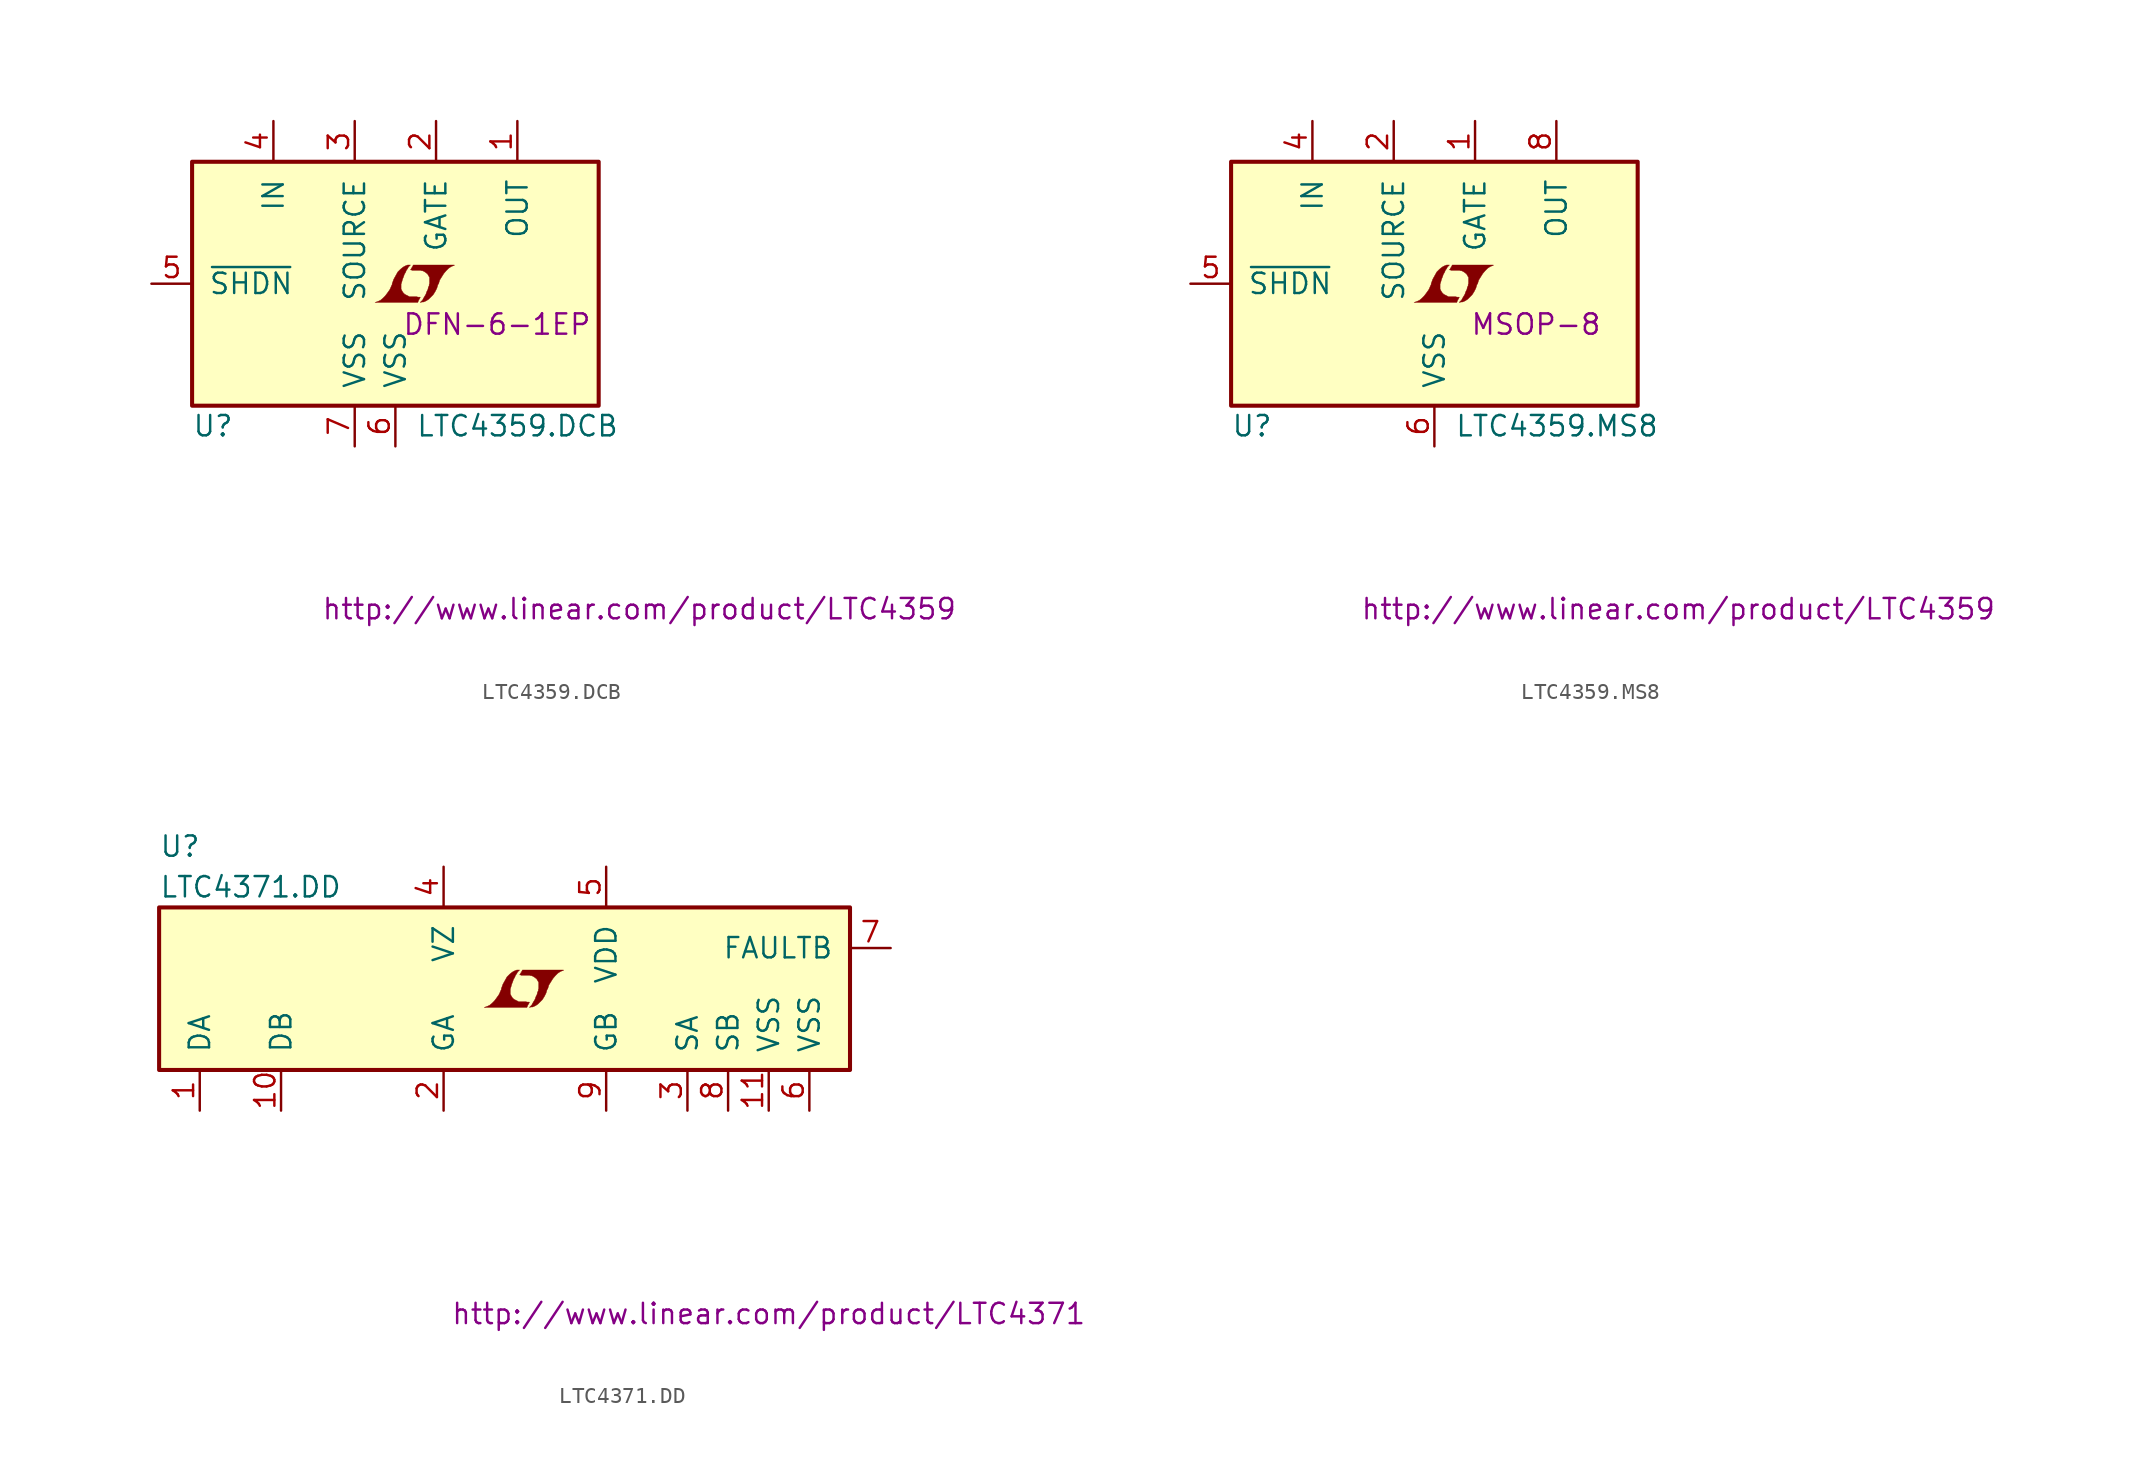
<source format=kicad_sym>
(kicad_symbol_lib
  (version 20201005)
  (generator kicad_symbol_editor)
  (symbol "LTC4359.DCB"
    (pin_names
      (offset 1.016))
    (property "Reference" "U"
      (at -12.7 -8.89 0)
      (effects (font (size 1.27 1.27)) (justify left)))
    (property "Value" "LTC4359.DCB"
      (at 1.27 -8.89 0)
      (effects (font (size 1.27 1.27)) (justify left)))
    (property "Footprint" "DFN-6-1EP"
      (at 6.35 -2.54 0)
      (effects (font (size 1.27 1.27))))
    (property "Datasheet" "http://www.linear.com/product/LTC4359"
      (at 15.24 -20.32 0)
      (effects (font (size 1.27 1.27))))
    (symbol "LTC4359.DCB_0_0"
      (polyline (pts (xy 1.473 -0.991) (xy 1.499 -0.965) (xy 1.549 -0.864) (xy 1.549 -0.838) (xy 1.422 -0.838) (xy 1.321 -0.813) (xy 0.864 -0.813) (xy 0.838 -0.787) (xy 0.584 -0.66) (xy 0.483 -0.559) (xy 0.406 -0.432) (xy 0.356 -0.33) (xy 0.356 -0.025) (xy 0.406 0.127) (xy 0.432 0.229) (xy 0.457 0.305) (xy 0.508 0.432) (xy 0.559 0.584) (xy 0.635 0.711) (xy 0.686 0.838) (xy 0.762 0.94) (xy 0.813 1.041) (xy 0.94 1.168) (xy 0.762 1.168) (xy 0.635 1.118) (xy 0.533 1.067) (xy 0.457 1.016) (xy 0.33 0.914) (xy 0.152 0.737) (xy -0.102 0.279) (xy -0.203 0) (xy -0.203 -0.051) (xy -0.254 -0.152) (xy -0.305 -0.279) (xy -0.356 -0.381) (xy -0.483 -0.559) (xy -0.635 -0.762) (xy -0.787 -0.914) (xy -0.94 -1.041) (xy -1.118 -1.118) (xy -1.27 -1.168) (xy 1.397 -1.168) (xy 1.473 -0.991)) (stroke (width 0.025)) (fill (type outline)))
      (polyline (pts (xy 1.676 -1.143) (xy 1.753 -1.143) (xy 1.93 -1.067) (xy 2.083 -0.965) (xy 2.362 -0.686) (xy 2.489 -0.483) (xy 2.591 -0.279) (xy 2.667 -0.025) (xy 2.692 -0.025) (xy 2.769 0.229) (xy 3.023 0.635) (xy 3.175 0.813) (xy 3.327 0.965) (xy 3.48 1.067) (xy 3.658 1.143) (xy 3.683 1.143) (xy 3.683 1.168) (xy 1.118 1.168) (xy 1.041 1.016) (xy 1.016 0.991) (xy 0.965 0.889) (xy 0.94 0.864) (xy 0.991 0.864) (xy 1.041 0.838) (xy 1.575 0.838) (xy 1.626 0.813) (xy 1.676 0.813) (xy 1.753 0.787) (xy 1.88 0.711) (xy 2.007 0.61) (xy 2.083 0.483) (xy 2.108 0.432) (xy 2.134 0.406) (xy 2.134 0) (xy 2.108 -0.051) (xy 2.108 -0.127) (xy 2.057 -0.229) (xy 2.032 -0.356) (xy 1.956 -0.508) (xy 1.905 -0.66) (xy 1.753 -0.914) (xy 1.702 -1.016) (xy 1.549 -1.168) (xy 1.676 -1.143)) (stroke (width 0.025)) (fill (type outline))))
    (symbol "LTC4359.DCB_0_1"
      (rectangle (start -12.7 7.62) (end 12.7 -7.62) (stroke (width 0.254)) (fill (type background))))
    (symbol "LTC4359.DCB_1_1"
      (pin passive line (at 7.62 10.16 270) (length 2.54) (name "OUT" (effects (font (size 1.27 1.27)))) (number "1" (effects (font (size 1.27 1.27)))))
      (pin passive line (at 2.54 10.16 270) (length 2.54) (name "GATE" (effects (font (size 1.27 1.27)))) (number "2" (effects (font (size 1.27 1.27)))))
      (pin passive line (at -2.54 10.16 270) (length 2.54) (name "SOURCE" (effects (font (size 1.27 1.27)))) (number "3" (effects (font (size 1.27 1.27)))))
      (pin passive line (at -7.62 10.16 270) (length 2.54) (name "IN" (effects (font (size 1.27 1.27)))) (number "4" (effects (font (size 1.27 1.27)))))
      (pin input line (at -15.24 0 0) (length 2.54) (name "~SHDN~" (effects (font (size 1.27 1.27)))) (number "5" (effects (font (size 1.27 1.27)))))
      (pin power_in line (at 0 -10.16 90) (length 2.54) (name "VSS" (effects (font (size 1.27 1.27)))) (number "6" (effects (font (size 1.27 1.27)))))
      (pin power_in line (at -2.54 -10.16 90) (length 2.54) (name "VSS" (effects (font (size 1.27 1.27)))) (number "7" (effects (font (size 1.27 1.27)))))))
  (symbol "LTC4359.MS8"
    (pin_names
      (offset 1.016))
    (property "Reference" "U"
      (at -12.7 -8.89 0)
      (effects (font (size 1.27 1.27)) (justify left)))
    (property "Value" "LTC4359.MS8"
      (at 1.27 -8.89 0)
      (effects (font (size 1.27 1.27)) (justify left)))
    (property "Footprint" "MSOP-8"
      (at 6.35 -2.54 0)
      (effects (font (size 1.27 1.27))))
    (property "Datasheet" "http://www.linear.com/product/LTC4359"
      (at 15.24 -20.32 0)
      (effects (font (size 1.27 1.27))))
    (symbol "LTC4359.MS8_0_0"
      (polyline (pts (xy 1.473 -0.991) (xy 1.499 -0.965) (xy 1.549 -0.864) (xy 1.549 -0.838) (xy 1.422 -0.838) (xy 1.321 -0.813) (xy 0.864 -0.813) (xy 0.838 -0.787) (xy 0.584 -0.66) (xy 0.483 -0.559) (xy 0.406 -0.432) (xy 0.356 -0.33) (xy 0.356 -0.025) (xy 0.406 0.127) (xy 0.432 0.229) (xy 0.457 0.305) (xy 0.508 0.432) (xy 0.559 0.584) (xy 0.635 0.711) (xy 0.686 0.838) (xy 0.762 0.94) (xy 0.813 1.041) (xy 0.94 1.168) (xy 0.762 1.168) (xy 0.635 1.118) (xy 0.533 1.067) (xy 0.457 1.016) (xy 0.33 0.914) (xy 0.152 0.737) (xy -0.102 0.279) (xy -0.203 0) (xy -0.203 -0.051) (xy -0.254 -0.152) (xy -0.305 -0.279) (xy -0.356 -0.381) (xy -0.483 -0.559) (xy -0.635 -0.762) (xy -0.787 -0.914) (xy -0.94 -1.041) (xy -1.118 -1.118) (xy -1.27 -1.168) (xy 1.397 -1.168) (xy 1.473 -0.991)) (stroke (width 0.025)) (fill (type outline)))
      (polyline (pts (xy 1.676 -1.143) (xy 1.753 -1.143) (xy 1.93 -1.067) (xy 2.083 -0.965) (xy 2.362 -0.686) (xy 2.489 -0.483) (xy 2.591 -0.279) (xy 2.667 -0.025) (xy 2.692 -0.025) (xy 2.769 0.229) (xy 3.023 0.635) (xy 3.175 0.813) (xy 3.327 0.965) (xy 3.48 1.067) (xy 3.658 1.143) (xy 3.683 1.143) (xy 3.683 1.168) (xy 1.118 1.168) (xy 1.041 1.016) (xy 1.016 0.991) (xy 0.965 0.889) (xy 0.94 0.864) (xy 0.991 0.864) (xy 1.041 0.838) (xy 1.575 0.838) (xy 1.626 0.813) (xy 1.676 0.813) (xy 1.753 0.787) (xy 1.88 0.711) (xy 2.007 0.61) (xy 2.083 0.483) (xy 2.108 0.432) (xy 2.134 0.406) (xy 2.134 0) (xy 2.108 -0.051) (xy 2.108 -0.127) (xy 2.057 -0.229) (xy 2.032 -0.356) (xy 1.956 -0.508) (xy 1.905 -0.66) (xy 1.753 -0.914) (xy 1.702 -1.016) (xy 1.549 -1.168) (xy 1.676 -1.143)) (stroke (width 0.025)) (fill (type outline))))
    (symbol "LTC4359.MS8_0_1"
      (rectangle (start -12.7 7.62) (end 12.7 -7.62) (stroke (width 0.254)) (fill (type background))))
    (symbol "LTC4359.MS8_1_1"
      (pin passive line (at 2.54 10.16 270) (length 2.54) (name "GATE" (effects (font (size 1.27 1.27)))) (number "1" (effects (font (size 1.27 1.27)))))
      (pin passive line (at -2.54 10.16 270) (length 2.54) (name "SOURCE" (effects (font (size 1.27 1.27)))) (number "2" (effects (font (size 1.27 1.27)))))
      (pin unconnected line (at -2.54 -10.16 90) (length 2.54) hide (name "NC" (effects (font (size 1.27 1.27)))) (number "3" (effects (font (size 1.27 1.27)))))
      (pin passive line (at -7.62 10.16 270) (length 2.54) (name "IN" (effects (font (size 1.27 1.27)))) (number "4" (effects (font (size 1.27 1.27)))))
      (pin input line (at -15.24 0 0) (length 2.54) (name "~SHDN~" (effects (font (size 1.27 1.27)))) (number "5" (effects (font (size 1.27 1.27)))))
      (pin power_in line (at 0 -10.16 90) (length 2.54) (name "VSS" (effects (font (size 1.27 1.27)))) (number "6" (effects (font (size 1.27 1.27)))))
      (pin unconnected line (at -5.08 -10.16 90) (length 2.54) hide (name "NC" (effects (font (size 1.27 1.27)))) (number "7" (effects (font (size 1.27 1.27)))))
      (pin passive line (at 7.62 10.16 270) (length 2.54) (name "OUT" (effects (font (size 1.27 1.27)))) (number "8" (effects (font (size 1.27 1.27)))))))
  (symbol "LTC4371.DD"
    (pin_names
      (offset 1.016))
    (property "Reference" "U"
      (at -22.86 8.89 0)
      (effects (font (size 1.27 1.27)) (justify left)))
    (property "Value" "LTC4371.DD"
      (at -22.86 6.35 0)
      (effects (font (size 1.27 1.27)) (justify left)))
    (property "Datasheet" "http://www.linear.com/product/LTC4371"
      (at 15.24 -20.32 0)
      (effects (font (size 1.27 1.27))))
    (symbol "LTC4371.DD_0_0"
      (polyline (pts (xy 0.203 -0.991) (xy 0.229 -0.965) (xy 0.279 -0.864) (xy 0.279 -0.838) (xy 0.152 -0.838) (xy 0.051 -0.813) (xy -0.406 -0.813) (xy -0.432 -0.787) (xy -0.686 -0.66) (xy -0.787 -0.559) (xy -0.864 -0.432) (xy -0.914 -0.33) (xy -0.914 -0.025) (xy -0.864 0.127) (xy -0.838 0.229) (xy -0.813 0.305) (xy -0.762 0.432) (xy -0.711 0.584) (xy -0.635 0.711) (xy -0.584 0.838) (xy -0.508 0.94) (xy -0.457 1.041) (xy -0.33 1.168) (xy -0.508 1.168) (xy -0.635 1.118) (xy -0.737 1.067) (xy -0.813 1.016) (xy -0.94 0.914) (xy -1.118 0.737) (xy -1.372 0.279) (xy -1.473 0) (xy -1.473 -0.051) (xy -1.524 -0.152) (xy -1.575 -0.279) (xy -1.626 -0.381) (xy -1.753 -0.559) (xy -1.905 -0.762) (xy -2.057 -0.914) (xy -2.21 -1.041) (xy -2.388 -1.118) (xy -2.54 -1.168) (xy 0.127 -1.168) (xy 0.203 -0.991)) (stroke (width 0.025)) (fill (type outline)))
      (polyline (pts (xy 0.406 -1.143) (xy 0.483 -1.143) (xy 0.66 -1.067) (xy 0.813 -0.965) (xy 1.092 -0.686) (xy 1.219 -0.483) (xy 1.321 -0.279) (xy 1.397 -0.025) (xy 1.422 -0.025) (xy 1.499 0.229) (xy 1.753 0.635) (xy 1.905 0.813) (xy 2.057 0.965) (xy 2.21 1.067) (xy 2.388 1.143) (xy 2.413 1.143) (xy 2.413 1.168) (xy -0.152 1.168) (xy -0.229 1.016) (xy -0.254 0.991) (xy -0.305 0.889) (xy -0.33 0.864) (xy -0.279 0.864) (xy -0.229 0.838) (xy 0.305 0.838) (xy 0.356 0.813) (xy 0.406 0.813) (xy 0.483 0.787) (xy 0.61 0.711) (xy 0.737 0.61) (xy 0.813 0.483) (xy 0.838 0.432) (xy 0.864 0.406) (xy 0.864 0) (xy 0.838 -0.051) (xy 0.838 -0.127) (xy 0.787 -0.229) (xy 0.762 -0.356) (xy 0.686 -0.508) (xy 0.635 -0.66) (xy 0.483 -0.914) (xy 0.432 -1.016) (xy 0.279 -1.168) (xy 0.406 -1.143)) (stroke (width 0.025)) (fill (type outline))))
    (symbol "LTC4371.DD_0_1"
      (rectangle (start -22.86 5.08) (end 20.32 -5.08) (stroke (width 0.254)) (fill (type background))))
    (symbol "LTC4371.DD_1_1"
      (pin input line (at -20.32 -7.62 90) (length 2.54) (name "DA" (effects (font (size 1.27 1.27)))) (number "1" (effects (font (size 1.27 1.27)))))
      (pin output line (at -5.08 -7.62 90) (length 2.54) (name "GA" (effects (font (size 1.27 1.27)))) (number "2" (effects (font (size 1.27 1.27)))))
      (pin input line (at 10.16 -7.62 90) (length 2.54) (name "SA" (effects (font (size 1.27 1.27)))) (number "3" (effects (font (size 1.27 1.27)))))
      (pin passive line (at -5.08 7.62 270) (length 2.54) (name "VZ" (effects (font (size 1.27 1.27)))) (number "4" (effects (font (size 1.27 1.27)))))
      (pin power_in line (at 5.08 7.62 270) (length 2.54) (name "VDD" (effects (font (size 1.27 1.27)))) (number "5" (effects (font (size 1.27 1.27)))))
      (pin power_in line (at 17.78 -7.62 90) (length 2.54) (name "VSS" (effects (font (size 1.27 1.27)))) (number "6" (effects (font (size 1.27 1.27)))))
      (pin open_collector line (at 22.86 2.54 180) (length 2.54) (name "FAULTB" (effects (font (size 1.27 1.27)))) (number "7" (effects (font (size 1.27 1.27)))))
      (pin input line (at 12.7 -7.62 90) (length 2.54) (name "SB" (effects (font (size 1.27 1.27)))) (number "8" (effects (font (size 1.27 1.27)))))
      (pin output line (at 5.08 -7.62 90) (length 2.54) (name "GB" (effects (font (size 1.27 1.27)))) (number "9" (effects (font (size 1.27 1.27)))))
      (pin input line (at -15.24 -7.62 90) (length 2.54) (name "DB" (effects (font (size 1.27 1.27)))) (number "10" (effects (font (size 1.27 1.27)))))
      (pin power_in line (at 15.24 -7.62 90) (length 2.54) (name "VSS" (effects (font (size 1.27 1.27)))) (number "11" (effects (font (size 1.27 1.27))))))))
</source>
